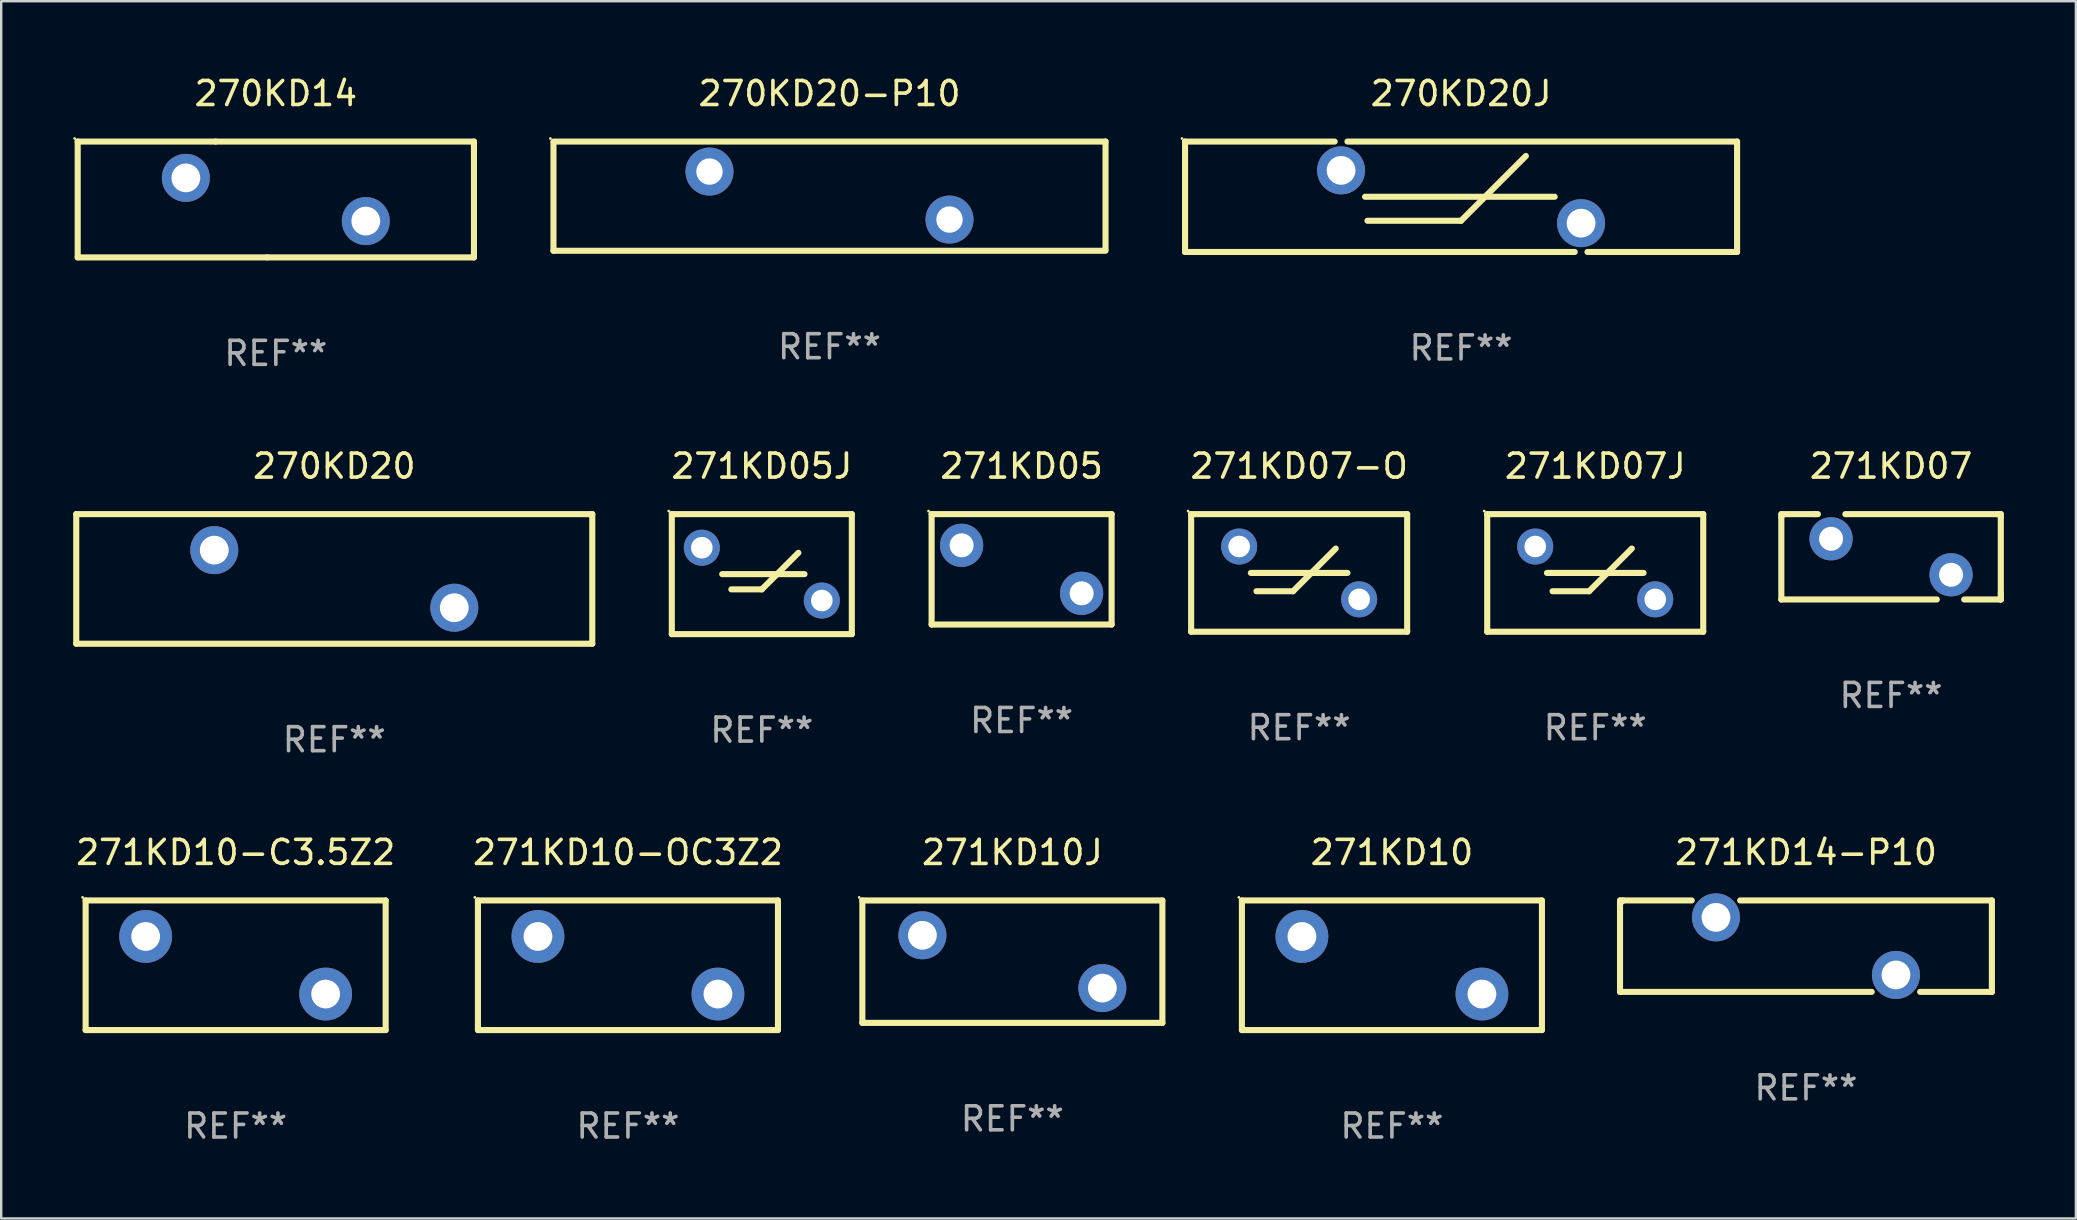
<source format=kicad_pcb>
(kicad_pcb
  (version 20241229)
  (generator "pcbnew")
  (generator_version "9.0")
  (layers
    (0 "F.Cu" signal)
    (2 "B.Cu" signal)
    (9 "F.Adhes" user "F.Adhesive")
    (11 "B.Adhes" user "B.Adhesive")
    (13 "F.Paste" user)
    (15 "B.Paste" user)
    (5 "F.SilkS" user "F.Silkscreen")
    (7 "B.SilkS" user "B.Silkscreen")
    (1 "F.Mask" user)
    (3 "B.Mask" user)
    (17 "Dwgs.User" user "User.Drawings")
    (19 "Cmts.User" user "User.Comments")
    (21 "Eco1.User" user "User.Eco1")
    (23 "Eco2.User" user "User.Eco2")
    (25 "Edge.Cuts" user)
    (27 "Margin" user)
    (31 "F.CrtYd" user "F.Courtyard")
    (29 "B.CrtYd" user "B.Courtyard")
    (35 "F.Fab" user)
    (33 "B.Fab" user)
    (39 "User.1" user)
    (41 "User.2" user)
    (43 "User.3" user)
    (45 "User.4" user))
  (footprint "271KD07J"
    (layer "F.Cu")
    (at 63.415 20.821)
    (property "Reference" "271KD07J" (at 0 -4.45 0) (layer "F.SilkS") (effects (font (size 1 1) (thickness 0.15))))
    (attr through_hole)
    (fp_line (start -4.5 -2.45) (end 4.5 -2.45) (stroke (width 0.254) (type solid)) (layer "F.SilkS"))
    (fp_line (start -4.5 2.45) (end -4.5 -2.45) (stroke (width 0.254) (type solid)) (layer "F.SilkS"))
    (fp_line (start -2.012 -0.000013) (end 2.013 -0.000013) (stroke (width 0.254) (type solid)) (layer "F.SilkS"))
    (fp_line (start -1.778 0.762) (end -0.254 0.762) (stroke (width 0.254) (type solid)) (layer "F.SilkS"))
    (fp_line (start -0.254 0.762) (end 1.524 -1.016) (stroke (width 0.254) (type solid)) (layer "F.SilkS"))
    (fp_line (start 4.5 -2.45) (end 4.5 2.45) (stroke (width 0.254) (type solid)) (layer "F.SilkS"))
    (fp_line (start 4.5 2.45) (end -4.5 2.45) (stroke (width 0.254) (type solid)) (layer "F.SilkS"))
    (fp_circle (center -4.627 -2.577) (end -4.597 -2.577) (stroke (width 0.06) (type solid)) (fill no) (layer "F.SilkS"))
    (fp_text user "REF**" (at 0 6.45 0) (layer "F.Fab") (effects (font (size 1 1) (thickness 0.15))))
    (pad "1" thru_hole circle (at -2.5 -1.1) (size 1.5 1.5) (drill 0.9) (layers "*.Cu" "*.Mask"))
    (pad "2" thru_hole circle (at 2.5 1.1) (size 1.5 1.5) (drill 0.9) (layers "*.Cu" "*.Mask")))
  (footprint "271KD05J"
    (layer "F.Cu")
    (at 28.691 20.871)
    (property "Reference" "271KD05J" (at 0 -4.5 0) (layer "F.SilkS") (effects (font (size 1 1) (thickness 0.15))))
    (attr through_hole)
    (fp_line (start -3.75 -2.5) (end 3.75 -2.5) (stroke (width 0.254) (type solid)) (layer "F.SilkS"))
    (fp_line (start -3.75 2.5) (end -3.75 -2.5) (stroke (width 0.254) (type solid)) (layer "F.SilkS"))
    (fp_line (start -3.75 2.5) (end 3.75 2.5) (stroke (width 0.254) (type solid)) (layer "F.SilkS"))
    (fp_line (start -1.651 0) (end 1.778 0) (stroke (width 0.254) (type solid)) (layer "F.SilkS"))
    (fp_line (start -1.27 0.635) (end 0.000127 0.635) (stroke (width 0.254) (type solid)) (layer "F.SilkS"))
    (fp_line (start 0.000127 0.635) (end 1.524 -0.889) (stroke (width 0.254) (type solid)) (layer "F.SilkS"))
    (fp_line (start 3.75 -2.5) (end 3.75 2.5) (stroke (width 0.254) (type solid)) (layer "F.SilkS"))
    (fp_circle (center -3.877 -2.627) (end -3.847 -2.627) (stroke (width 0.06) (type solid)) (fill no) (layer "F.SilkS"))
    (fp_text user "REF**" (at 0 6.5 0) (layer "F.Fab") (effects (font (size 1 1) (thickness 0.15))))
    (pad "1" thru_hole circle (at -2.5 -1.1) (size 1.5 1.5) (drill 0.9) (layers "*.Cu" "*.Mask"))
    (pad "2" thru_hole circle (at 2.5 1.1) (size 1.5 1.5) (drill 0.9) (layers "*.Cu" "*.Mask")))
  (footprint "271KD14-P10"
    (layer "F.Cu")
    (at 72.195 36.372)
    (property "Reference" "271KD14-P10" (at 0 -3.905 0) (layer "F.SilkS") (effects (font (size 1 1) (thickness 0.15))))
    (attr through_hole)
    (fp_line (start -7.747 -1.905) (end -7.62 -1.905) (stroke (width 0.254) (type solid)) (layer "F.SilkS"))
    (fp_line (start -7.747 1.905) (end -7.747 -1.905) (stroke (width 0.254) (type solid)) (layer "F.SilkS"))
    (fp_line (start -7.62 -1.905) (end -4.759 -1.905) (stroke (width 0.254) (type solid)) (layer "F.SilkS"))
    (fp_line (start -2.741 -1.905) (end 7.747 -1.905) (stroke (width 0.254) (type solid)) (layer "F.SilkS"))
    (fp_line (start 2.74 1.905) (end -7.747 1.905) (stroke (width 0.254) (type solid)) (layer "F.SilkS"))
    (fp_line (start 7.747 -1.905) (end 7.747 1.905) (stroke (width 0.254) (type solid)) (layer "F.SilkS"))
    (fp_line (start 7.747 1.905) (end 4.758 1.905) (stroke (width 0.254) (type solid)) (layer "F.SilkS"))
    (fp_circle (center -7.625 -1.8) (end -7.595 -1.8) (stroke (width 0.06) (type solid)) (fill no) (layer "F.SilkS"))
    (fp_text user "REF**" (at 0 5.905 0) (layer "F.Fab") (effects (font (size 1 1) (thickness 0.15))))
    (pad "1" thru_hole circle (at -3.75 -1.2) (size 2 2) (drill 1.2) (layers "*.Cu" "*.Mask"))
    (pad "2" thru_hole circle (at 3.749 1.2) (size 2 2) (drill 1.2) (layers "*.Cu" "*.Mask")))
  (footprint "271KD07-O"
    (layer "F.Cu")
    (at 51.079 20.821)
    (property "Reference" "271KD07-O" (at 0 -4.45 0) (layer "F.SilkS") (effects (font (size 1 1) (thickness 0.15))))
    (attr through_hole)
    (fp_line (start -4.5 -2.45) (end 4.5 -2.45) (stroke (width 0.254) (type solid)) (layer "F.SilkS"))
    (fp_line (start -4.5 2.45) (end -4.5 -2.45) (stroke (width 0.254) (type solid)) (layer "F.SilkS"))
    (fp_line (start -2.012 -0.000013) (end 2.013 -0.000013) (stroke (width 0.254) (type solid)) (layer "F.SilkS"))
    (fp_line (start -1.778 0.762) (end -0.254 0.762) (stroke (width 0.254) (type solid)) (layer "F.SilkS"))
    (fp_line (start -0.254 0.762) (end 1.524 -1.016) (stroke (width 0.254) (type solid)) (layer "F.SilkS"))
    (fp_line (start 4.5 -2.45) (end 4.5 2.45) (stroke (width 0.254) (type solid)) (layer "F.SilkS"))
    (fp_line (start 4.5 2.45) (end -4.5 2.45) (stroke (width 0.254) (type solid)) (layer "F.SilkS"))
    (fp_circle (center -4.627 -2.577) (end -4.597 -2.577) (stroke (width 0.06) (type solid)) (fill no) (layer "F.SilkS"))
    (fp_text user "REF**" (at 0 6.45 0) (layer "F.Fab") (effects (font (size 1 1) (thickness 0.15))))
    (pad "1" thru_hole circle (at -2.5 -1.1) (size 1.5 1.5) (drill 0.9) (layers "*.Cu" "*.Mask"))
    (pad "2" thru_hole circle (at 2.5 1.1) (size 1.5 1.5) (drill 0.9) (layers "*.Cu" "*.Mask")))
  (footprint "271KD10-C3.5Z2"
    (layer "F.Cu")
    (at 6.768 37.167)
    (property "Reference" "271KD10-C3.5Z2" (at 0 -4.7 0) (layer "F.SilkS") (effects (font (size 1 1) (thickness 0.15))))
    (attr through_hole)
    (fp_line (start -6.25 -2.7) (end -6.25 2.7) (stroke (width 0.254) (type solid)) (layer "F.SilkS"))
    (fp_line (start -6.25 -2.7) (end 6.25 -2.7) (stroke (width 0.254) (type solid)) (layer "F.SilkS"))
    (fp_line (start -6.25 2.7) (end 6.25 2.7) (stroke (width 0.254) (type solid)) (layer "F.SilkS"))
    (fp_line (start 6.25 -2.7) (end 6.25 2.7) (stroke (width 0.254) (type solid)) (layer "F.SilkS"))
    (fp_circle (center -6.377 -2.827) (end -6.347 -2.827) (stroke (width 0.06) (type solid)) (fill no) (layer "F.SilkS"))
    (fp_text user "REF**" (at 0 6.7 0) (layer "F.Fab") (effects (font (size 1 1) (thickness 0.15))))
    (pad "1" thru_hole circle (at -3.75 -1.2) (size 2.2 2.2) (drill 1.2) (layers "*.Cu" "*.Mask"))
    (pad "2" thru_hole circle (at 3.75 1.2) (size 2.2 2.2) (drill 1.2) (layers "*.Cu" "*.Mask")))
  (footprint "271KD10-OC3Z2"
    (layer "F.Cu")
    (at 23.113 37.167)
    (property "Reference" "271KD10-OC3Z2" (at 0 -4.7 0) (layer "F.SilkS") (effects (font (size 1 1) (thickness 0.15))))
    (attr through_hole)
    (fp_line (start -6.25 -2.7) (end -6.25 2.7) (stroke (width 0.254) (type solid)) (layer "F.SilkS"))
    (fp_line (start -6.25 -2.7) (end 6.25 -2.7) (stroke (width 0.254) (type solid)) (layer "F.SilkS"))
    (fp_line (start -6.25 2.7) (end 6.25 2.7) (stroke (width 0.254) (type solid)) (layer "F.SilkS"))
    (fp_line (start 6.25 -2.7) (end 6.25 2.7) (stroke (width 0.254) (type solid)) (layer "F.SilkS"))
    (fp_circle (center -6.377 -2.827) (end -6.347 -2.827) (stroke (width 0.06) (type solid)) (fill no) (layer "F.SilkS"))
    (fp_text user "REF**" (at 0 6.7 0) (layer "F.Fab") (effects (font (size 1 1) (thickness 0.15))))
    (pad "1" thru_hole circle (at -3.75 -1.2) (size 2.2 2.2) (drill 1.2) (layers "*.Cu" "*.Mask"))
    (pad "2" thru_hole circle (at 3.75 1.2) (size 2.2 2.2) (drill 1.2) (layers "*.Cu" "*.Mask")))
  (footprint "271KD05"
    (layer "F.Cu")
    (at 39.515 20.671)
    (property "Reference" "271KD05" (at 0 -4.3 0) (layer "F.SilkS") (effects (font (size 1 1) (thickness 0.15))))
    (attr through_hole)
    (fp_line (start -3.75 -2.3) (end 3.75 -2.3) (stroke (width 0.254) (type solid)) (layer "F.SilkS"))
    (fp_line (start -3.75 2.3) (end -3.75 -2.3) (stroke (width 0.254) (type solid)) (layer "F.SilkS"))
    (fp_line (start 3.75 -2.3) (end 3.75 2.3) (stroke (width 0.254) (type solid)) (layer "F.SilkS"))
    (fp_line (start 3.75 2.3) (end -3.75 2.3) (stroke (width 0.254) (type solid)) (layer "F.SilkS"))
    (fp_circle (center -3.877 -2.427) (end -3.847 -2.427) (stroke (width 0.06) (type solid)) (fill no) (layer "F.SilkS"))
    (fp_text user "REF**" (at 0 6.3 0) (layer "F.Fab") (effects (font (size 1 1) (thickness 0.15))))
    (pad "1" thru_hole circle (at -2.5 -1) (size 1.8 1.8) (drill 1) (layers "*.Cu" "*.Mask"))
    (pad "2" thru_hole circle (at 2.5 1) (size 1.8 1.8) (drill 1) (layers "*.Cu" "*.Mask")))
  (footprint "270KD20J"
    (layer "F.Cu")
    (at 57.825 5.148)
    (property "Reference" "270KD20J" (at 0 -4.3 0) (layer "F.SilkS") (effects (font (size 1 1) (thickness 0.15))))
    (attr through_hole)
    (fp_line (start -11.5 -2.3) (end -5.266 -2.3) (stroke (width 0.254) (type solid)) (layer "F.SilkS"))
    (fp_line (start -11.5 2.3) (end -11.5 -2.3) (stroke (width 0.254) (type solid)) (layer "F.SilkS"))
    (fp_line (start -11.5 2.3) (end 4.734 2.3) (stroke (width 0.254) (type solid)) (layer "F.SilkS"))
    (fp_line (start -4.734 -2.3) (end 11.5 -2.3) (stroke (width 0.254) (type solid)) (layer "F.SilkS"))
    (fp_line (start -4 0) (end 3.9 0) (stroke (width 0.254) (type solid)) (layer "F.SilkS"))
    (fp_line (start -3.9 1) (end -0.000127 1) (stroke (width 0.254) (type solid)) (layer "F.SilkS"))
    (fp_line (start -0.000127 1) (end 2.7 -1.7) (stroke (width 0.254) (type solid)) (layer "F.SilkS"))
    (fp_line (start 5.266 2.3) (end 11.5 2.3) (stroke (width 0.254) (type solid)) (layer "F.SilkS"))
    (fp_line (start 11.5 -2.3) (end 11.5 2.3) (stroke (width 0.254) (type solid)) (layer "F.SilkS"))
    (fp_circle (center -11.627 -2.427) (end -11.597 -2.427) (stroke (width 0.06) (type solid)) (fill no) (layer "F.SilkS"))
    (fp_text user "REF**" (at 0 6.3 0) (layer "F.Fab") (effects (font (size 1 1) (thickness 0.15))))
    (pad "1" thru_hole circle (at -5 -1.1) (size 2 2) (drill 1.2) (layers "*.Cu" "*.Mask"))
    (pad "2" thru_hole circle (at 5 1.1) (size 2 2) (drill 1.2) (layers "*.Cu" "*.Mask")))
  (footprint "270KD20"
    (layer "F.Cu")
    (at 10.877 21.071)
    (property "Reference" "270KD20" (at 0 -4.7 0) (layer "F.SilkS") (effects (font (size 1 1) (thickness 0.15))))
    (attr through_hole)
    (fp_line (start -10.75 -2.7) (end 10.75 -2.7) (stroke (width 0.254) (type solid)) (layer "F.SilkS"))
    (fp_line (start -10.75 2.7) (end -10.75 -2.7) (stroke (width 0.254) (type solid)) (layer "F.SilkS"))
    (fp_line (start 10.75 -2.7) (end 10.75 2.7) (stroke (width 0.254) (type solid)) (layer "F.SilkS"))
    (fp_line (start 10.75 2.7) (end -10.75 2.7) (stroke (width 0.254) (type solid)) (layer "F.SilkS"))
    (fp_circle (center -10.75 -2.7) (end -10.72 -2.7) (stroke (width 0.06) (type solid)) (fill no) (layer "F.SilkS"))
    (fp_text user "REF**" (at 0 6.7 0) (layer "F.Fab") (effects (font (size 1 1) (thickness 0.15))))
    (pad "1" thru_hole circle (at -5 -1.2) (size 2 2) (drill 1.2) (layers "*.Cu" "*.Mask"))
    (pad "2" thru_hole circle (at 5 1.2) (size 2 2) (drill 1.2) (layers "*.Cu" "*.Mask")))
  (footprint "270KD20-P10"
    (layer "F.Cu")
    (at 31.511 5.123)
    (property "Reference" "270KD20-P10" (at 0 -4.275 0) (layer "F.SilkS") (effects (font (size 1 1) (thickness 0.15))))
    (attr through_hole)
    (fp_line (start -11.5 -2.275) (end 11.5 -2.275) (stroke (width 0.254) (type solid)) (layer "F.SilkS"))
    (fp_line (start -11.5 2.275) (end -11.5 -2.225) (stroke (width 0.254) (type solid)) (layer "F.SilkS"))
    (fp_line (start 11.5 -2.275) (end 11.5 2.225) (stroke (width 0.254) (type solid)) (layer "F.SilkS"))
    (fp_line (start 11.5 2.275) (end -11.5 2.275) (stroke (width 0.254) (type solid)) (layer "F.SilkS"))
    (fp_circle (center -11.627 -2.402) (end -11.597 -2.402) (stroke (width 0.06) (type solid)) (fill no) (layer "F.SilkS"))
    (fp_text user "REF**" (at 0 6.275 0) (layer "F.Fab") (effects (font (size 1 1) (thickness 0.15))))
    (pad "1" thru_hole circle (at -5 -1.025) (size 2 2) (drill 1.1) (layers "*.Cu" "*.Mask"))
    (pad "2" thru_hole circle (at 5 0.975) (size 2 2) (drill 1.1) (layers "*.Cu" "*.Mask")))
  (footprint "271KD10J"
    (layer "F.Cu")
    (at 39.129 37.018)
    (property "Reference" "271KD10J" (at 0 -4.55 0) (layer "F.SilkS") (effects (font (size 1 1) (thickness 0.15))))
    (attr through_hole)
    (fp_line (start -6.249 -2.55) (end 6.251 -2.55) (stroke (width 0.254) (type solid)) (layer "F.SilkS"))
    (fp_line (start -6.249 2.55) (end -6.249 -2.55) (stroke (width 0.254) (type solid)) (layer "F.SilkS"))
    (fp_line (start 6.251 -2.55) (end 6.251 2.55) (stroke (width 0.254) (type solid)) (layer "F.SilkS"))
    (fp_line (start 6.251 2.55) (end -6.251 2.55) (stroke (width 0.254) (type solid)) (layer "F.SilkS"))
    (fp_circle (center -6.378 -2.677) (end -6.348 -2.677) (stroke (width 0.06) (type solid)) (fill no) (layer "F.SilkS"))
    (fp_text user "REF**" (at 0 6.55 0) (layer "F.Fab") (effects (font (size 1 1) (thickness 0.15))))
    (pad "1" thru_hole circle (at -3.748 -1.1) (size 2 2) (drill 1.2) (layers "*.Cu" "*.Mask"))
    (pad "2" thru_hole circle (at 3.75 1.1) (size 2 2) (drill 1.2) (layers "*.Cu" "*.Mask")))
  (footprint "271KD10"
    (layer "F.Cu")
    (at 54.944 37.167)
    (property "Reference" "271KD10" (at 0 -4.7 0) (layer "F.SilkS") (effects (font (size 1 1) (thickness 0.15))))
    (attr through_hole)
    (fp_line (start -6.25 -2.7) (end -6.25 2.7) (stroke (width 0.254) (type solid)) (layer "F.SilkS"))
    (fp_line (start -6.25 -2.7) (end 6.25 -2.7) (stroke (width 0.254) (type solid)) (layer "F.SilkS"))
    (fp_line (start -6.25 2.7) (end 6.25 2.7) (stroke (width 0.254) (type solid)) (layer "F.SilkS"))
    (fp_line (start 6.25 -2.7) (end 6.25 2.7) (stroke (width 0.254) (type solid)) (layer "F.SilkS"))
    (fp_circle (center -6.377 -2.827) (end -6.347 -2.827) (stroke (width 0.06) (type solid)) (fill no) (layer "F.SilkS"))
    (fp_text user "REF**" (at 0 6.7 0) (layer "F.Fab") (effects (font (size 1 1) (thickness 0.15))))
    (pad "1" thru_hole circle (at -3.75 -1.2) (size 2.2 2.2) (drill 1.2) (layers "*.Cu" "*.Mask"))
    (pad "2" thru_hole circle (at 3.75 1.2) (size 2.2 2.2) (drill 1.2) (layers "*.Cu" "*.Mask")))
  (footprint "270KD14"
    (layer "F.Cu")
    (at 8.442 5.261)
    (property "Reference" "270KD14" (at 0 -4.413 0) (layer "F.SilkS") (effects (font (size 1 1) (thickness 0.15))))
    (attr through_hole)
    (fp_line (start -8.255 -2.413) (end -2.515 -2.413) (stroke (width 0.254) (type solid)) (layer "F.SilkS"))
    (fp_line (start -8.255 2.413) (end -8.255 -2.413) (stroke (width 0.254) (type solid)) (layer "F.SilkS"))
    (fp_line (start -2.515 -2.413) (end 8.255 -2.413) (stroke (width 0.254) (type solid)) (layer "F.SilkS"))
    (fp_line (start -0.356 2.413) (end -8.255 2.413) (stroke (width 0.254) (type solid)) (layer "F.SilkS"))
    (fp_line (start 8.255 -2.413) (end 8.255 2.413) (stroke (width 0.254) (type solid)) (layer "F.SilkS"))
    (fp_line (start 8.255 2.413) (end -0.356 2.413) (stroke (width 0.254) (type solid)) (layer "F.SilkS"))
    (fp_circle (center -8.382 -2.54) (end -8.352 -2.54) (stroke (width 0.06) (type solid)) (fill no) (layer "F.SilkS"))
    (fp_text user "REF**" (at 0 6.413 0) (layer "F.Fab") (effects (font (size 1 1) (thickness 0.15))))
    (pad "1" thru_hole circle (at -3.749 -0.9) (size 2 2) (drill 1.2) (layers "*.Cu" "*.Mask"))
    (pad "2" thru_hole circle (at 3.749 0.9) (size 2 2) (drill 1.2) (layers "*.Cu" "*.Mask")))
  (footprint "271KD07"
    (layer "F.Cu")
    (at 75.741 20.149)
    (property "Reference" "271KD07" (at 0 -3.778 0) (layer "F.SilkS") (effects (font (size 1 1) (thickness 0.15))))
    (attr through_hole)
    (fp_line (start -4.572 -1.778) (end -3.175 -1.778) (stroke (width 0.254) (type solid)) (layer "F.SilkS"))
    (fp_line (start -4.572 -1.651) (end -4.572 -1.778) (stroke (width 0.254) (type solid)) (layer "F.SilkS"))
    (fp_line (start -4.572 1.778) (end -4.572 -1.651) (stroke (width 0.254) (type solid)) (layer "F.SilkS"))
    (fp_line (start -4.572 1.778) (end 1.905 1.778) (stroke (width 0.254) (type solid)) (layer "F.SilkS"))
    (fp_line (start -3.175 -1.778) (end -3.048 -1.778) (stroke (width 0.254) (type solid)) (layer "F.SilkS"))
    (fp_line (start 4.445 -1.778) (end -1.905 -1.778) (stroke (width 0.254) (type solid)) (layer "F.SilkS"))
    (fp_line (start 4.445 -1.778) (end 4.572 -1.778) (stroke (width 0.254) (type solid)) (layer "F.SilkS"))
    (fp_line (start 4.572 -1.778) (end 4.572 -1.651) (stroke (width 0.254) (type solid)) (layer "F.SilkS"))
    (fp_line (start 4.572 -1.651) (end 4.572 1.524) (stroke (width 0.254) (type solid)) (layer "F.SilkS"))
    (fp_line (start 4.572 1.524) (end 4.572 1.651) (stroke (width 0.254) (type solid)) (layer "F.SilkS"))
    (fp_line (start 4.572 1.651) (end 4.572 1.778) (stroke (width 0.254) (type solid)) (layer "F.SilkS"))
    (fp_line (start 4.572 1.778) (end 3.048 1.778) (stroke (width 0.254) (type solid)) (layer "F.SilkS"))
    (fp_line (start 4.572 1.778) (end 4.572 1.777) (stroke (width 0.254) (type solid)) (layer "F.SilkS"))
    (fp_circle (center -4.5 -1.701) (end -4.47 -1.701) (stroke (width 0.06) (type solid)) (fill no) (layer "F.SilkS"))
    (fp_text user "REF**" (at 0 5.778 0) (layer "F.Fab") (effects (font (size 1 1) (thickness 0.15))))
    (pad "1" thru_hole circle (at -2.5 -0.751) (size 1.8 1.8) (drill 1) (layers "*.Cu" "*.Mask"))
    (pad "2" thru_hole circle (at 2.5 0.749) (size 1.8 1.8) (drill 1) (layers "*.Cu" "*.Mask")))
  (gr_rect
    (start -3 -3)
    (end 83.441 47.716)
    (stroke (width 0.1) (type default))
    (fill no)
    (layer "Edge.Cuts")))
</source>
